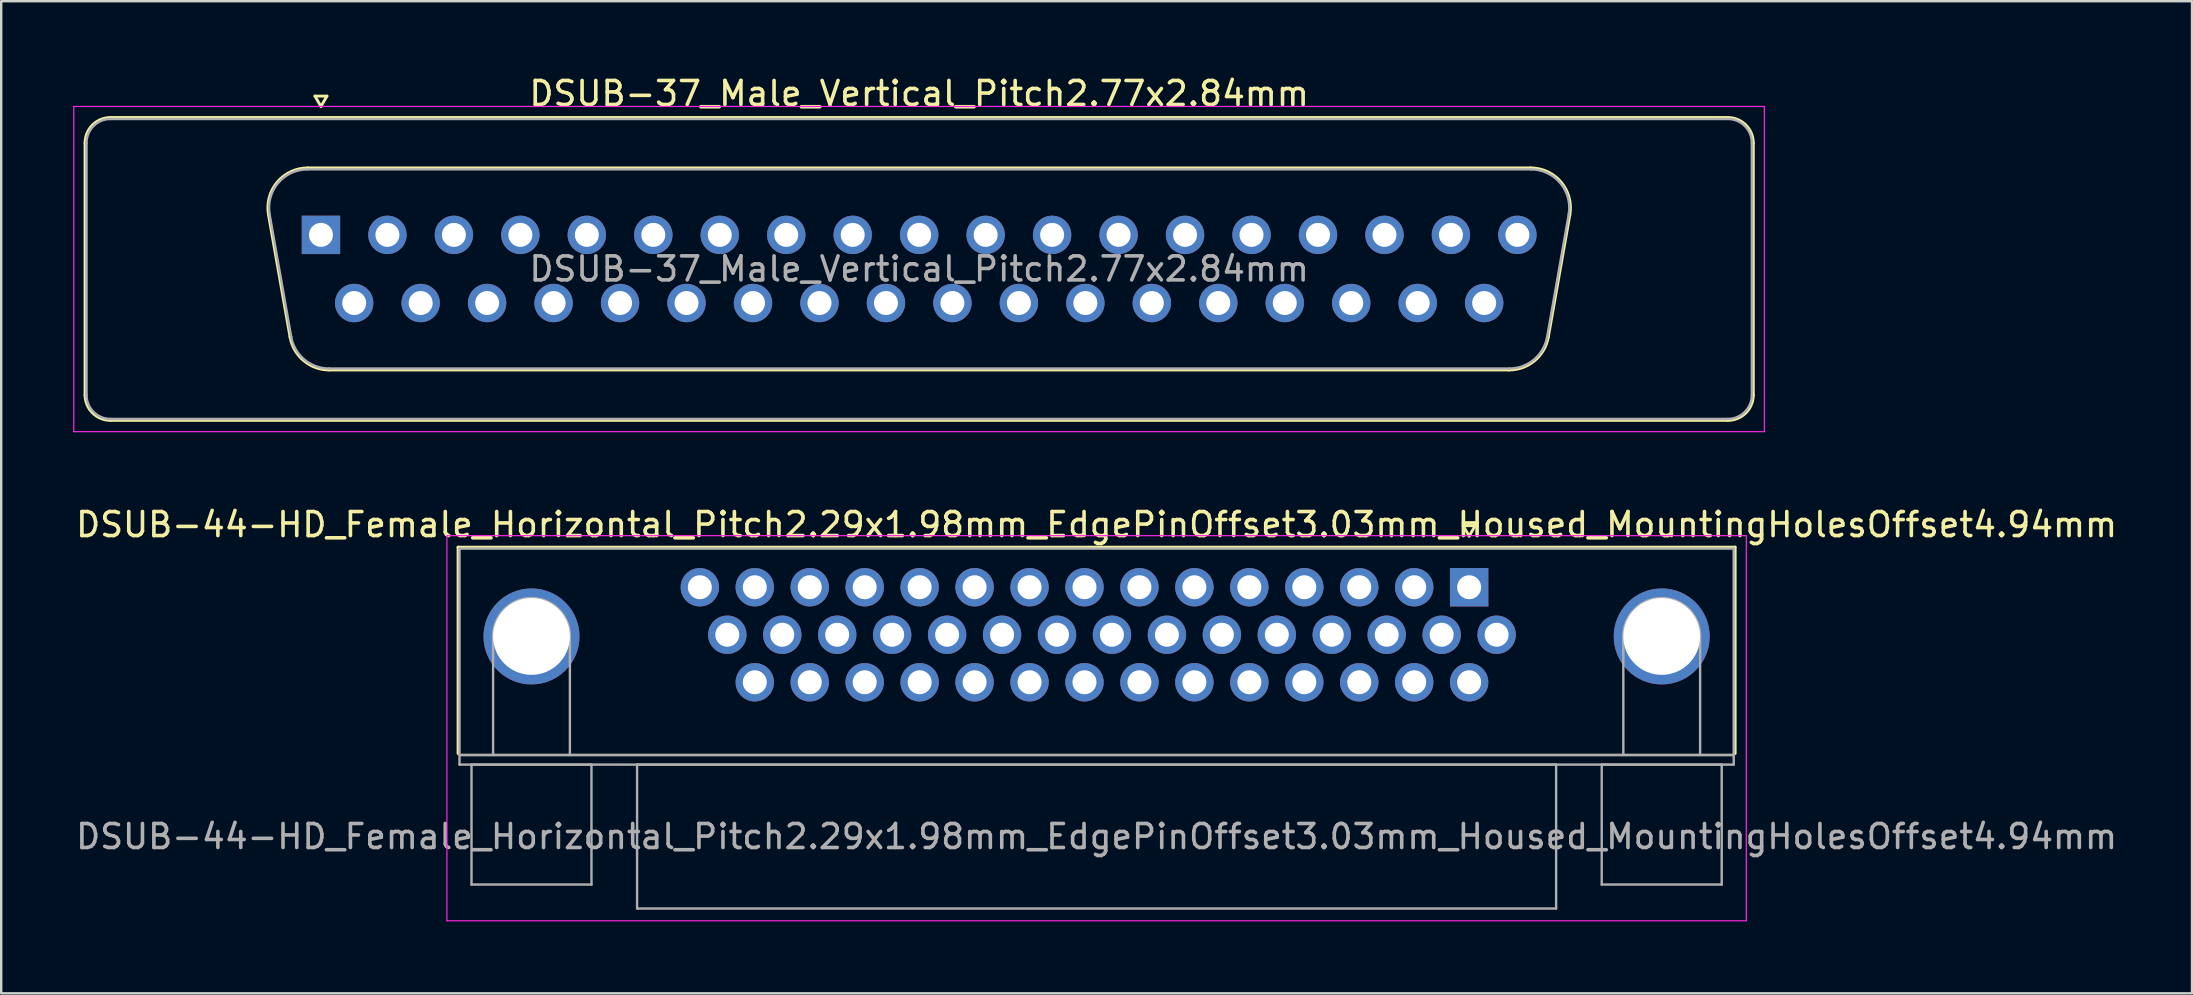
<source format=kicad_pcb>
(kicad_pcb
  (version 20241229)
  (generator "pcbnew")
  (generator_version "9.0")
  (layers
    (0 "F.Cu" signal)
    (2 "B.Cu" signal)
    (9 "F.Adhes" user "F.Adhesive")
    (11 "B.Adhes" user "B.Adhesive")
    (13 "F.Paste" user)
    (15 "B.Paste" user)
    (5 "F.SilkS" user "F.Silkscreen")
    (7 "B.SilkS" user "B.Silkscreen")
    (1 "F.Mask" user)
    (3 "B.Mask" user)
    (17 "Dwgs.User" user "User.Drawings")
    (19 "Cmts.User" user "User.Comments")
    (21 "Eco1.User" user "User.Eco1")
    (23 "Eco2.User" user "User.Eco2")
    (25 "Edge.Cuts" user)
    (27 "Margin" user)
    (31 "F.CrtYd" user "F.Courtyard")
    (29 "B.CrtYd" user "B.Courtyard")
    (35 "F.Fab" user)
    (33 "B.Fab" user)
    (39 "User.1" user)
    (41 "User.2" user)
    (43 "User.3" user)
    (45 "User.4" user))
  (footprint "DSUB-37_Male_Vertical_Pitch2.77x2.84mm"
    (layer "F.Cu")
    (at 10.325 6.738)
    (property "Reference" "DSUB-37_Male_Vertical_Pitch2.77x2.84mm" (at 24.93 -5.89 0) (layer "F.SilkS") (effects (font (size 1 1) (thickness 0.15))))
    (attr through_hole)
    (fp_line (start -9.83 6.67) (end -9.83 -3.83) (stroke (width 0.12) (type solid)) (layer "F.SilkS"))
    (fp_line (start -8.77 -4.89) (end 58.63 -4.89) (stroke (width 0.12) (type solid)) (layer "F.SilkS"))
    (fp_line (start -2.186 -0.842) (end -1.287 4.258) (stroke (width 0.12) (type solid)) (layer "F.SilkS"))
    (fp_line (start -0.552 -2.79) (end 50.412 -2.79) (stroke (width 0.12) (type solid)) (layer "F.SilkS"))
    (fp_line (start -0.25 -5.784) (end 0.25 -5.784) (stroke (width 0.12) (type solid)) (layer "F.SilkS"))
    (fp_line (start 0 -5.351) (end -0.25 -5.784) (stroke (width 0.12) (type solid)) (layer "F.SilkS"))
    (fp_line (start 0.25 -5.784) (end 0 -5.351) (stroke (width 0.12) (type solid)) (layer "F.SilkS"))
    (fp_line (start 0.348 5.63) (end 49.512 5.63) (stroke (width 0.12) (type solid)) (layer "F.SilkS"))
    (fp_line (start 52.046 -0.842) (end 51.147 4.258) (stroke (width 0.12) (type solid)) (layer "F.SilkS"))
    (fp_line (start 58.63 7.73) (end -8.77 7.73) (stroke (width 0.12) (type solid)) (layer "F.SilkS"))
    (fp_line (start 59.69 -3.83) (end 59.69 6.67) (stroke (width 0.12) (type solid)) (layer "F.SilkS"))
    (fp_arc (start -9.83 -3.83) (mid -9.519533 -4.579533) (end -8.77 -4.89) (stroke (width 0.12) (type solid)) (layer "F.SilkS"))
    (fp_arc (start -8.77 7.73) (mid -9.519533 7.419533) (end -9.83 6.67) (stroke (width 0.12) (type solid)) (layer "F.SilkS"))
    (fp_arc (start -2.18647 -0.841744) (mid -1.823323 -2.197028) (end -0.551689 -2.79) (stroke (width 0.12) (type solid)) (layer "F.SilkS"))
    (fp_arc (start 0.347579 5.63) (mid -0.719448 5.241634) (end -1.287202 4.258256) (stroke (width 0.12) (type solid)) (layer "F.SilkS"))
    (fp_arc (start 50.411689 -2.79) (mid 51.683323 -2.197027) (end 52.04647 -0.841744) (stroke (width 0.12) (type solid)) (layer "F.SilkS"))
    (fp_arc (start 51.147202 4.258256) (mid 50.579449 5.241634) (end 49.512421 5.63) (stroke (width 0.12) (type solid)) (layer "F.SilkS"))
    (fp_arc (start 58.63 -4.89) (mid 59.379533 -4.579533) (end 59.69 -3.83) (stroke (width 0.12) (type solid)) (layer "F.SilkS"))
    (fp_arc (start 59.69 6.67) (mid 59.379533 7.419533) (end 58.63 7.73) (stroke (width 0.12) (type solid)) (layer "F.SilkS"))
    (fp_line (start -10.3 -5.35) (end -10.3 8.2) (stroke (width 0.05) (type solid)) (layer "F.CrtYd"))
    (fp_line (start -10.3 8.2) (end 60.15 8.2) (stroke (width 0.05) (type solid)) (layer "F.CrtYd"))
    (fp_line (start 60.15 -5.35) (end -10.3 -5.35) (stroke (width 0.05) (type solid)) (layer "F.CrtYd"))
    (fp_line (start 60.15 8.2) (end 60.15 -5.35) (stroke (width 0.05) (type solid)) (layer "F.CrtYd"))
    (fp_line (start -9.77 6.67) (end -9.77 -3.83) (stroke (width 0.1) (type solid)) (layer "F.Fab"))
    (fp_line (start -8.77 -4.83) (end 58.63 -4.83) (stroke (width 0.1) (type solid)) (layer "F.Fab"))
    (fp_line (start -2.139 -0.852) (end -1.24 4.248) (stroke (width 0.1) (type solid)) (layer "F.Fab"))
    (fp_line (start -0.563 -2.73) (end 50.423 -2.73) (stroke (width 0.1) (type solid)) (layer "F.Fab"))
    (fp_line (start 0.336 5.57) (end 49.524 5.57) (stroke (width 0.1) (type solid)) (layer "F.Fab"))
    (fp_line (start 51.999 -0.852) (end 51.1 4.248) (stroke (width 0.1) (type solid)) (layer "F.Fab"))
    (fp_line (start 58.63 7.67) (end -8.77 7.67) (stroke (width 0.1) (type solid)) (layer "F.Fab"))
    (fp_line (start 59.63 -3.83) (end 59.63 6.67) (stroke (width 0.1) (type solid)) (layer "F.Fab"))
    (fp_arc (start -9.77 -3.83) (mid -9.477107 -4.537107) (end -8.77 -4.83) (stroke (width 0.1) (type solid)) (layer "F.Fab"))
    (fp_arc (start -8.77 7.67) (mid -9.477107 7.377107) (end -9.77 6.67) (stroke (width 0.1) (type solid)) (layer "F.Fab"))
    (fp_arc (start -2.138886 -0.852163) (mid -1.788865 -2.15846) (end -0.563194 -2.73) (stroke (width 0.1) (type solid)) (layer "F.Fab"))
    (fp_arc (start 0.336073 5.57) (mid -0.692387 5.195671) (end -1.239619 4.247837) (stroke (width 0.1) (type solid)) (layer "F.Fab"))
    (fp_arc (start 50.423194 -2.73) (mid 51.648865 -2.15846) (end 51.998886 -0.852163) (stroke (width 0.1) (type solid)) (layer "F.Fab"))
    (fp_arc (start 51.099619 4.247837) (mid 50.552387 5.195671) (end 49.523927 5.57) (stroke (width 0.1) (type solid)) (layer "F.Fab"))
    (fp_arc (start 58.63 -4.83) (mid 59.337107 -4.537107) (end 59.63 -3.83) (stroke (width 0.1) (type solid)) (layer "F.Fab"))
    (fp_arc (start 59.63 6.67) (mid 59.337107 7.377107) (end 58.63 7.67) (stroke (width 0.1) (type solid)) (layer "F.Fab"))
    (fp_text user "${REFERENCE}" (at 24.93 1.42 0) (layer "F.Fab") (effects (font (size 1 1) (thickness 0.15))))
    (pad "1" thru_hole rect (at 0 0) (size 1.6 1.6) (drill 1) (layers "*.Cu" "*.Mask"))
    (pad "2" thru_hole circle (at 2.77 0) (size 1.6 1.6) (drill 1) (layers "*.Cu" "*.Mask"))
    (pad "3" thru_hole circle (at 5.54 0) (size 1.6 1.6) (drill 1) (layers "*.Cu" "*.Mask"))
    (pad "4" thru_hole circle (at 8.31 0) (size 1.6 1.6) (drill 1) (layers "*.Cu" "*.Mask"))
    (pad "5" thru_hole circle (at 11.08 0) (size 1.6 1.6) (drill 1) (layers "*.Cu" "*.Mask"))
    (pad "6" thru_hole circle (at 13.85 0) (size 1.6 1.6) (drill 1) (layers "*.Cu" "*.Mask"))
    (pad "7" thru_hole circle (at 16.62 0) (size 1.6 1.6) (drill 1) (layers "*.Cu" "*.Mask"))
    (pad "8" thru_hole circle (at 19.39 0) (size 1.6 1.6) (drill 1) (layers "*.Cu" "*.Mask"))
    (pad "9" thru_hole circle (at 22.16 0) (size 1.6 1.6) (drill 1) (layers "*.Cu" "*.Mask"))
    (pad "10" thru_hole circle (at 24.93 0) (size 1.6 1.6) (drill 1) (layers "*.Cu" "*.Mask"))
    (pad "11" thru_hole circle (at 27.7 0) (size 1.6 1.6) (drill 1) (layers "*.Cu" "*.Mask"))
    (pad "12" thru_hole circle (at 30.47 0) (size 1.6 1.6) (drill 1) (layers "*.Cu" "*.Mask"))
    (pad "13" thru_hole circle (at 33.24 0) (size 1.6 1.6) (drill 1) (layers "*.Cu" "*.Mask"))
    (pad "14" thru_hole circle (at 36.01 0) (size 1.6 1.6) (drill 1) (layers "*.Cu" "*.Mask"))
    (pad "15" thru_hole circle (at 38.78 0) (size 1.6 1.6) (drill 1) (layers "*.Cu" "*.Mask"))
    (pad "16" thru_hole circle (at 41.55 0) (size 1.6 1.6) (drill 1) (layers "*.Cu" "*.Mask"))
    (pad "17" thru_hole circle (at 44.32 0) (size 1.6 1.6) (drill 1) (layers "*.Cu" "*.Mask"))
    (pad "18" thru_hole circle (at 47.09 0) (size 1.6 1.6) (drill 1) (layers "*.Cu" "*.Mask"))
    (pad "19" thru_hole circle (at 49.86 0) (size 1.6 1.6) (drill 1) (layers "*.Cu" "*.Mask"))
    (pad "20" thru_hole circle (at 1.385 2.84) (size 1.6 1.6) (drill 1) (layers "*.Cu" "*.Mask"))
    (pad "21" thru_hole circle (at 4.155 2.84) (size 1.6 1.6) (drill 1) (layers "*.Cu" "*.Mask"))
    (pad "22" thru_hole circle (at 6.925 2.84) (size 1.6 1.6) (drill 1) (layers "*.Cu" "*.Mask"))
    (pad "23" thru_hole circle (at 9.695 2.84) (size 1.6 1.6) (drill 1) (layers "*.Cu" "*.Mask"))
    (pad "24" thru_hole circle (at 12.465 2.84) (size 1.6 1.6) (drill 1) (layers "*.Cu" "*.Mask"))
    (pad "25" thru_hole circle (at 15.235 2.84) (size 1.6 1.6) (drill 1) (layers "*.Cu" "*.Mask"))
    (pad "26" thru_hole circle (at 18.005 2.84) (size 1.6 1.6) (drill 1) (layers "*.Cu" "*.Mask"))
    (pad "27" thru_hole circle (at 20.775 2.84) (size 1.6 1.6) (drill 1) (layers "*.Cu" "*.Mask"))
    (pad "28" thru_hole circle (at 23.545 2.84) (size 1.6 1.6) (drill 1) (layers "*.Cu" "*.Mask"))
    (pad "29" thru_hole circle (at 26.315 2.84) (size 1.6 1.6) (drill 1) (layers "*.Cu" "*.Mask"))
    (pad "30" thru_hole circle (at 29.085 2.84) (size 1.6 1.6) (drill 1) (layers "*.Cu" "*.Mask"))
    (pad "31" thru_hole circle (at 31.855 2.84) (size 1.6 1.6) (drill 1) (layers "*.Cu" "*.Mask"))
    (pad "32" thru_hole circle (at 34.625 2.84) (size 1.6 1.6) (drill 1) (layers "*.Cu" "*.Mask"))
    (pad "33" thru_hole circle (at 37.395 2.84) (size 1.6 1.6) (drill 1) (layers "*.Cu" "*.Mask"))
    (pad "34" thru_hole circle (at 40.165 2.84) (size 1.6 1.6) (drill 1) (layers "*.Cu" "*.Mask"))
    (pad "35" thru_hole circle (at 42.935 2.84) (size 1.6 1.6) (drill 1) (layers "*.Cu" "*.Mask"))
    (pad "36" thru_hole circle (at 45.705 2.84) (size 1.6 1.6) (drill 1) (layers "*.Cu" "*.Mask"))
    (pad "37" thru_hole circle (at 48.475 2.84) (size 1.6 1.6) (drill 1) (layers "*.Cu" "*.Mask")))
  (footprint "DSUB-44-HD_Female_Horizontal_Pitch2.29x1.98mm_EdgePinOffset3.03mm_Housed_MountingHolesOffset4.94mm"
    (layer "F.Cu")
    (at 58.174 21.422)
    (property "Reference" "DSUB-44-HD_Female_Horizontal_Pitch2.29x1.98mm_EdgePinOffset3.03mm_Housed_MountingHolesOffset4.94mm" (at -15.525 -2.61 0) (layer "F.SilkS") (effects (font (size 1 1) (thickness 0.15))))
    (attr through_hole)
    (fp_line (start -42.135 -1.67) (end 11.085 -1.67) (stroke (width 0.12) (type solid)) (layer "F.SilkS"))
    (fp_line (start -42.135 6.93) (end -42.135 -1.67) (stroke (width 0.12) (type solid)) (layer "F.SilkS"))
    (fp_line (start -0.25 -2.564) (end 0.25 -2.564) (stroke (width 0.12) (type solid)) (layer "F.SilkS"))
    (fp_line (start 0 -2.131) (end -0.25 -2.564) (stroke (width 0.12) (type solid)) (layer "F.SilkS"))
    (fp_line (start 0.25 -2.564) (end 0 -2.131) (stroke (width 0.12) (type solid)) (layer "F.SilkS"))
    (fp_line (start 11.085 -1.67) (end 11.085 6.93) (stroke (width 0.12) (type solid)) (layer "F.SilkS"))
    (fp_line (start -42.6 -2.15) (end -42.6 13.9) (stroke (width 0.05) (type solid)) (layer "F.CrtYd"))
    (fp_line (start -42.6 13.9) (end 11.55 13.9) (stroke (width 0.05) (type solid)) (layer "F.CrtYd"))
    (fp_line (start 11.55 -2.15) (end -42.6 -2.15) (stroke (width 0.05) (type solid)) (layer "F.CrtYd"))
    (fp_line (start 11.55 13.9) (end 11.55 -2.15) (stroke (width 0.05) (type solid)) (layer "F.CrtYd"))
    (fp_line (start -42.075 -1.61) (end -42.075 6.99) (stroke (width 0.1) (type solid)) (layer "F.Fab"))
    (fp_line (start -42.075 6.99) (end -42.075 7.39) (stroke (width 0.1) (type solid)) (layer "F.Fab"))
    (fp_line (start -42.075 6.99) (end 11.025 6.99) (stroke (width 0.1) (type solid)) (layer "F.Fab"))
    (fp_line (start -42.075 7.39) (end 11.025 7.39) (stroke (width 0.1) (type solid)) (layer "F.Fab"))
    (fp_line (start -41.575 7.39) (end -41.575 12.39) (stroke (width 0.1) (type solid)) (layer "F.Fab"))
    (fp_line (start -41.575 12.39) (end -36.575 12.39) (stroke (width 0.1) (type solid)) (layer "F.Fab"))
    (fp_line (start -40.675 6.99) (end -40.675 2.05) (stroke (width 0.1) (type solid)) (layer "F.Fab"))
    (fp_line (start -37.475 6.99) (end -37.475 2.05) (stroke (width 0.1) (type solid)) (layer "F.Fab"))
    (fp_line (start -36.575 7.39) (end -41.575 7.39) (stroke (width 0.1) (type solid)) (layer "F.Fab"))
    (fp_line (start -36.575 12.39) (end -36.575 7.39) (stroke (width 0.1) (type solid)) (layer "F.Fab"))
    (fp_line (start -34.675 7.39) (end -34.675 13.39) (stroke (width 0.1) (type solid)) (layer "F.Fab"))
    (fp_line (start -34.675 13.39) (end 3.625 13.39) (stroke (width 0.1) (type solid)) (layer "F.Fab"))
    (fp_line (start 3.625 7.39) (end -34.675 7.39) (stroke (width 0.1) (type solid)) (layer "F.Fab"))
    (fp_line (start 3.625 13.39) (end 3.625 7.39) (stroke (width 0.1) (type solid)) (layer "F.Fab"))
    (fp_line (start 5.525 7.39) (end 5.525 12.39) (stroke (width 0.1) (type solid)) (layer "F.Fab"))
    (fp_line (start 5.525 12.39) (end 10.525 12.39) (stroke (width 0.1) (type solid)) (layer "F.Fab"))
    (fp_line (start 6.425 6.99) (end 6.425 2.05) (stroke (width 0.1) (type solid)) (layer "F.Fab"))
    (fp_line (start 9.625 6.99) (end 9.625 2.05) (stroke (width 0.1) (type solid)) (layer "F.Fab"))
    (fp_line (start 10.525 7.39) (end 5.525 7.39) (stroke (width 0.1) (type solid)) (layer "F.Fab"))
    (fp_line (start 10.525 12.39) (end 10.525 7.39) (stroke (width 0.1) (type solid)) (layer "F.Fab"))
    (fp_line (start 11.025 -1.61) (end -42.075 -1.61) (stroke (width 0.1) (type solid)) (layer "F.Fab"))
    (fp_line (start 11.025 6.99) (end -42.075 6.99) (stroke (width 0.1) (type solid)) (layer "F.Fab"))
    (fp_line (start 11.025 6.99) (end 11.025 -1.61) (stroke (width 0.1) (type solid)) (layer "F.Fab"))
    (fp_line (start 11.025 7.39) (end 11.025 6.99) (stroke (width 0.1) (type solid)) (layer "F.Fab"))
    (fp_arc (start -40.675 2.05) (mid -39.075 0.45) (end -37.475 2.05) (stroke (width 0.1) (type solid)) (layer "F.Fab"))
    (fp_arc (start 6.425 2.05) (mid 8.025 0.45) (end 9.625 2.05) (stroke (width 0.1) (type solid)) (layer "F.Fab"))
    (fp_text user "${REFERENCE}" (at -15.525 10.39 0) (layer "F.Fab") (effects (font (size 1 1) (thickness 0.15))))
    (pad "0" thru_hole circle (at -39.075 2.05) (size 4 4) (drill 3.2) (layers "*.Cu" "*.Mask"))
    (pad "0" thru_hole circle (at 8.025 2.05) (size 4 4) (drill 3.2) (layers "*.Cu" "*.Mask"))
    (pad "1" thru_hole rect (at 0 0) (size 1.6 1.6) (drill 1) (layers "*.Cu" "*.Mask"))
    (pad "2" thru_hole circle (at -2.29 0) (size 1.6 1.6) (drill 1) (layers "*.Cu" "*.Mask"))
    (pad "3" thru_hole circle (at -4.58 0) (size 1.6 1.6) (drill 1) (layers "*.Cu" "*.Mask"))
    (pad "4" thru_hole circle (at -6.87 0) (size 1.6 1.6) (drill 1) (layers "*.Cu" "*.Mask"))
    (pad "5" thru_hole circle (at -9.16 0) (size 1.6 1.6) (drill 1) (layers "*.Cu" "*.Mask"))
    (pad "6" thru_hole circle (at -11.45 0) (size 1.6 1.6) (drill 1) (layers "*.Cu" "*.Mask"))
    (pad "7" thru_hole circle (at -13.74 0) (size 1.6 1.6) (drill 1) (layers "*.Cu" "*.Mask"))
    (pad "8" thru_hole circle (at -16.03 0) (size 1.6 1.6) (drill 1) (layers "*.Cu" "*.Mask"))
    (pad "9" thru_hole circle (at -18.32 0) (size 1.6 1.6) (drill 1) (layers "*.Cu" "*.Mask"))
    (pad "10" thru_hole circle (at -20.61 0) (size 1.6 1.6) (drill 1) (layers "*.Cu" "*.Mask"))
    (pad "11" thru_hole circle (at -22.9 0) (size 1.6 1.6) (drill 1) (layers "*.Cu" "*.Mask"))
    (pad "12" thru_hole circle (at -25.19 0) (size 1.6 1.6) (drill 1) (layers "*.Cu" "*.Mask"))
    (pad "13" thru_hole circle (at -27.48 0) (size 1.6 1.6) (drill 1) (layers "*.Cu" "*.Mask"))
    (pad "14" thru_hole circle (at -29.77 0) (size 1.6 1.6) (drill 1) (layers "*.Cu" "*.Mask"))
    (pad "15" thru_hole circle (at -32.06 0) (size 1.6 1.6) (drill 1) (layers "*.Cu" "*.Mask"))
    (pad "16" thru_hole circle (at 1.145 1.98) (size 1.6 1.6) (drill 1) (layers "*.Cu" "*.Mask"))
    (pad "17" thru_hole circle (at -1.145 1.98) (size 1.6 1.6) (drill 1) (layers "*.Cu" "*.Mask"))
    (pad "18" thru_hole circle (at -3.435 1.98) (size 1.6 1.6) (drill 1) (layers "*.Cu" "*.Mask"))
    (pad "19" thru_hole circle (at -5.725 1.98) (size 1.6 1.6) (drill 1) (layers "*.Cu" "*.Mask"))
    (pad "20" thru_hole circle (at -8.015 1.98) (size 1.6 1.6) (drill 1) (layers "*.Cu" "*.Mask"))
    (pad "21" thru_hole circle (at -10.305 1.98) (size 1.6 1.6) (drill 1) (layers "*.Cu" "*.Mask"))
    (pad "22" thru_hole circle (at -12.595 1.98) (size 1.6 1.6) (drill 1) (layers "*.Cu" "*.Mask"))
    (pad "23" thru_hole circle (at -14.885 1.98) (size 1.6 1.6) (drill 1) (layers "*.Cu" "*.Mask"))
    (pad "24" thru_hole circle (at -17.175 1.98) (size 1.6 1.6) (drill 1) (layers "*.Cu" "*.Mask"))
    (pad "25" thru_hole circle (at -19.465 1.98) (size 1.6 1.6) (drill 1) (layers "*.Cu" "*.Mask"))
    (pad "26" thru_hole circle (at -21.755 1.98) (size 1.6 1.6) (drill 1) (layers "*.Cu" "*.Mask"))
    (pad "27" thru_hole circle (at -24.045 1.98) (size 1.6 1.6) (drill 1) (layers "*.Cu" "*.Mask"))
    (pad "28" thru_hole circle (at -26.335 1.98) (size 1.6 1.6) (drill 1) (layers "*.Cu" "*.Mask"))
    (pad "29" thru_hole circle (at -28.625 1.98) (size 1.6 1.6) (drill 1) (layers "*.Cu" "*.Mask"))
    (pad "30" thru_hole circle (at -30.915 1.98) (size 1.6 1.6) (drill 1) (layers "*.Cu" "*.Mask"))
    (pad "31" thru_hole circle (at 0 3.96) (size 1.6 1.6) (drill 1) (layers "*.Cu" "*.Mask"))
    (pad "32" thru_hole circle (at -2.29 3.96) (size 1.6 1.6) (drill 1) (layers "*.Cu" "*.Mask"))
    (pad "33" thru_hole circle (at -4.58 3.96) (size 1.6 1.6) (drill 1) (layers "*.Cu" "*.Mask"))
    (pad "34" thru_hole circle (at -6.87 3.96) (size 1.6 1.6) (drill 1) (layers "*.Cu" "*.Mask"))
    (pad "35" thru_hole circle (at -9.16 3.96) (size 1.6 1.6) (drill 1) (layers "*.Cu" "*.Mask"))
    (pad "36" thru_hole circle (at -11.45 3.96) (size 1.6 1.6) (drill 1) (layers "*.Cu" "*.Mask"))
    (pad "37" thru_hole circle (at -13.74 3.96) (size 1.6 1.6) (drill 1) (layers "*.Cu" "*.Mask"))
    (pad "38" thru_hole circle (at -16.03 3.96) (size 1.6 1.6) (drill 1) (layers "*.Cu" "*.Mask"))
    (pad "39" thru_hole circle (at -18.32 3.96) (size 1.6 1.6) (drill 1) (layers "*.Cu" "*.Mask"))
    (pad "40" thru_hole circle (at -20.61 3.96) (size 1.6 1.6) (drill 1) (layers "*.Cu" "*.Mask"))
    (pad "41" thru_hole circle (at -22.9 3.96) (size 1.6 1.6) (drill 1) (layers "*.Cu" "*.Mask"))
    (pad "42" thru_hole circle (at -25.19 3.96) (size 1.6 1.6) (drill 1) (layers "*.Cu" "*.Mask"))
    (pad "43" thru_hole circle (at -27.48 3.96) (size 1.6 1.6) (drill 1) (layers "*.Cu" "*.Mask"))
    (pad "44" thru_hole circle (at -29.77 3.96) (size 1.6 1.6) (drill 1) (layers "*.Cu" "*.Mask")))
  (gr_rect
    (start -3 -3)
    (end 88.298 38.346)
    (stroke (width 0.1) (type default))
    (fill no)
    (layer "Edge.Cuts")))
</source>
